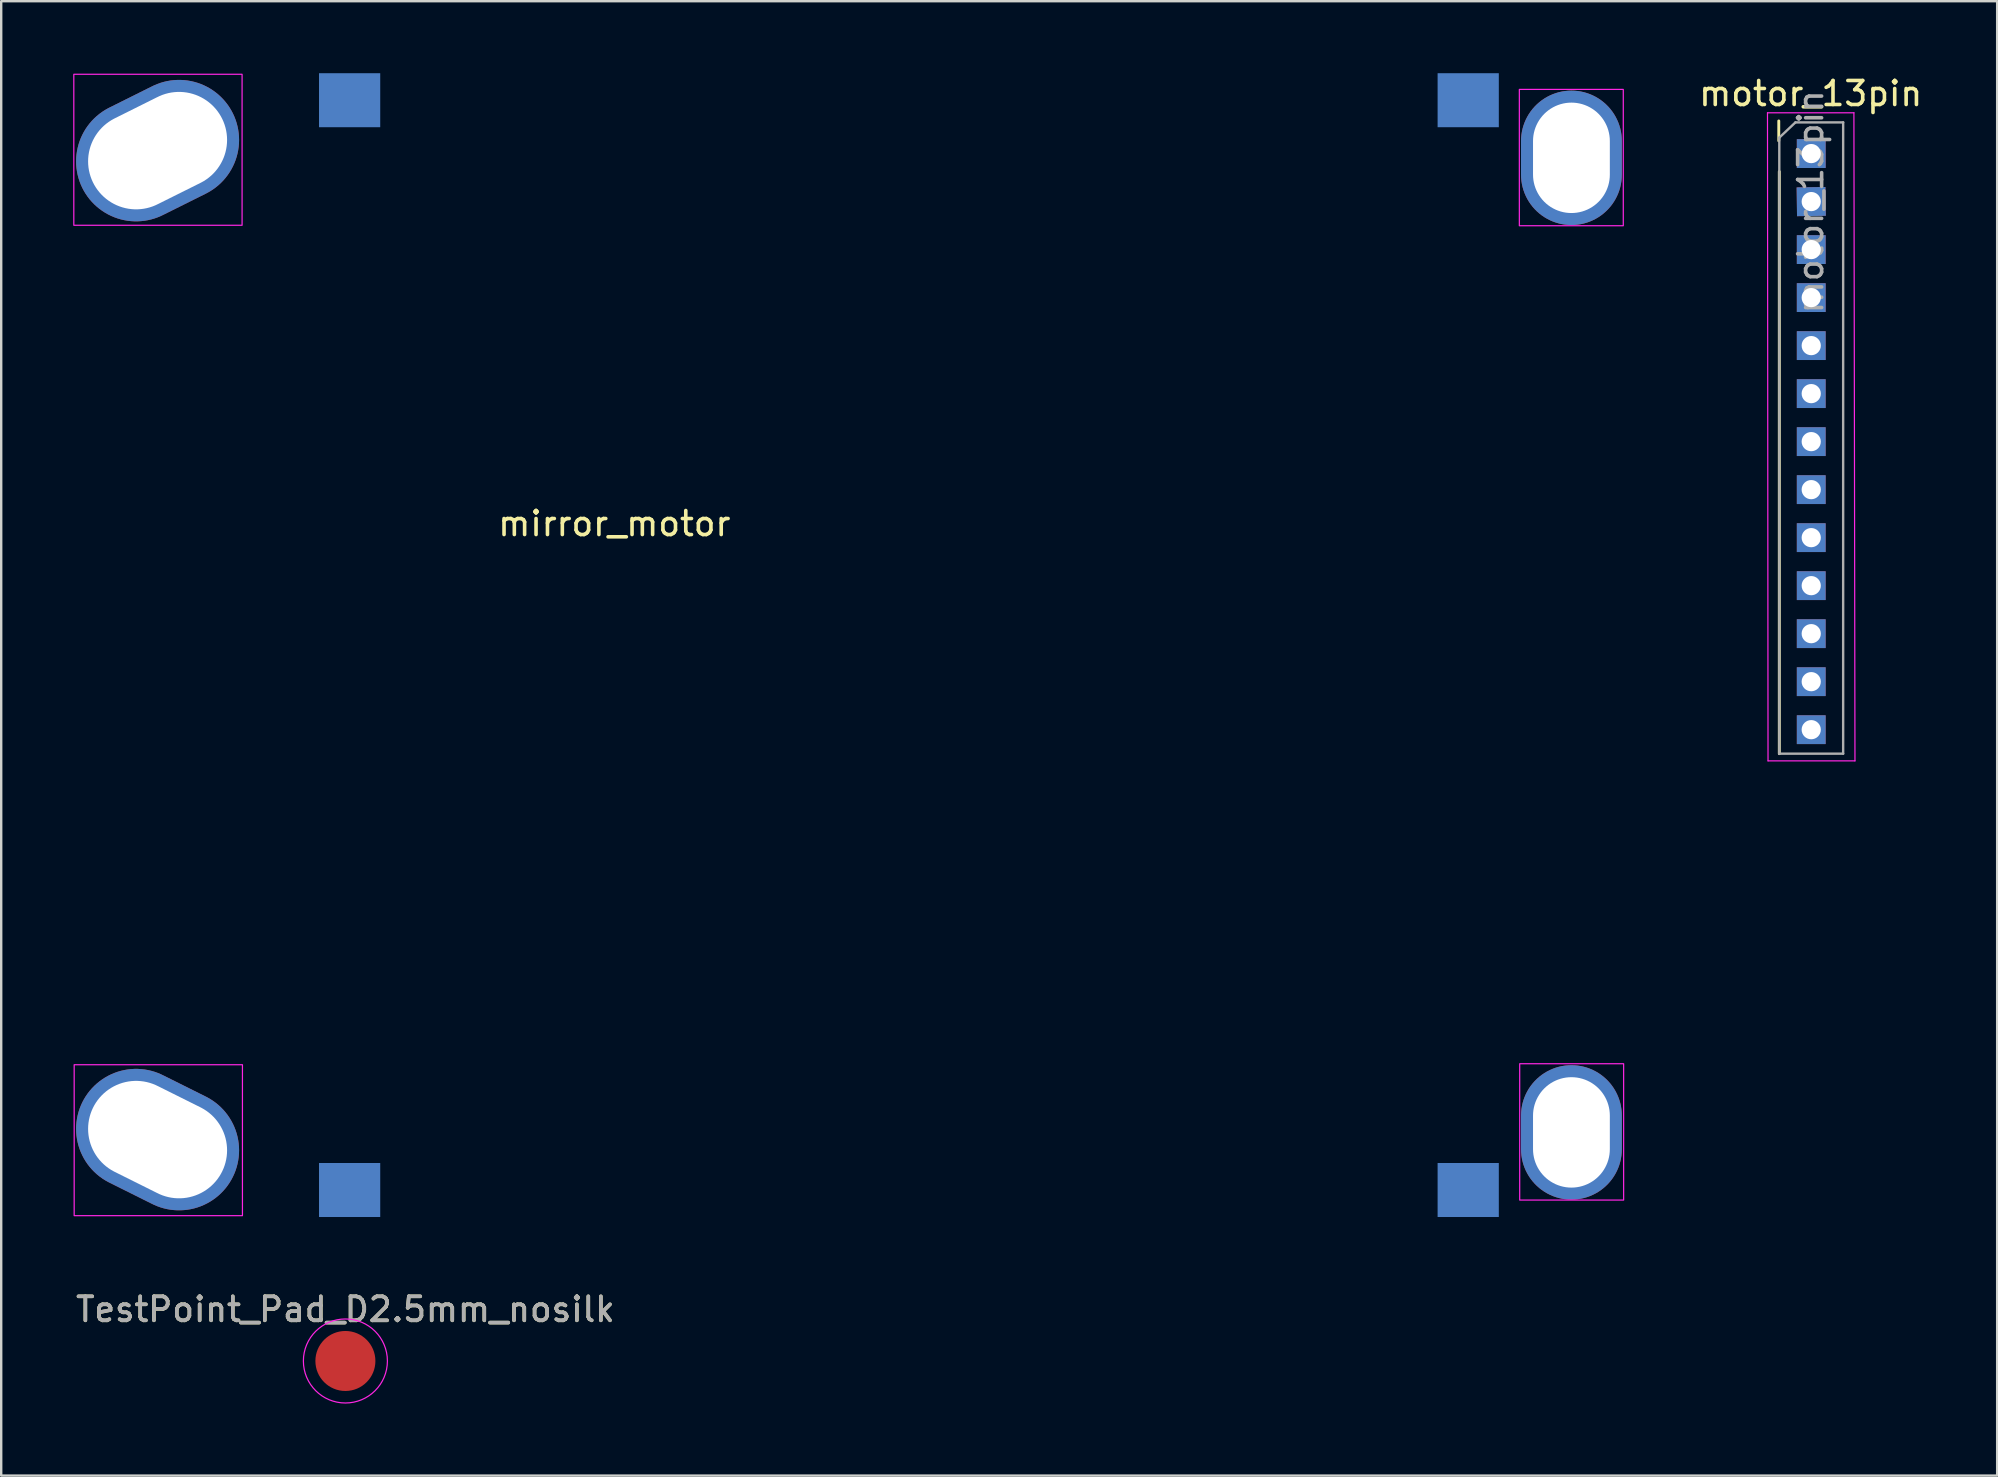
<source format=kicad_pcb>
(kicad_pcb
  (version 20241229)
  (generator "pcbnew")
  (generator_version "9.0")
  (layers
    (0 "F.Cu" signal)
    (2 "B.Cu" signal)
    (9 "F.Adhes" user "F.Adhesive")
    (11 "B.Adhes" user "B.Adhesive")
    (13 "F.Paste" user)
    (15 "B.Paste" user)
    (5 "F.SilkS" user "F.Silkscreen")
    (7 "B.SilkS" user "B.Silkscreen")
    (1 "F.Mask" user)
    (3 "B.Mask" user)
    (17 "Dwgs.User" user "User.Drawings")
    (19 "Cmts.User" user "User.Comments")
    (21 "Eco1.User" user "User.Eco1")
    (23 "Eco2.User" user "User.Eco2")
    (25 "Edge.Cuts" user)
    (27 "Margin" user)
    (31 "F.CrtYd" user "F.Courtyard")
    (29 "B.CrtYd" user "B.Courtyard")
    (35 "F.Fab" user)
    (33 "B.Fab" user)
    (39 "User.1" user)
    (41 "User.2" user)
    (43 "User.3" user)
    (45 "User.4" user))
  (footprint "mirror_motor"
    (layer "F.Cu")
    (at 22.615 23.825)
    (property "Reference" "mirror_motor" (at -0.072 -5.062 0) (layer "F.SilkS") (effects (font (size 1 1) (thickness 0.15))))
    (attr through_hole)
    (fp_rect (start -22.59 -23.78) (end -15.58 -17.49) (stroke (width 0.05) (type default)) (fill no) (layer "F.CrtYd"))
    (fp_rect (start -22.575 17.48) (end -15.565 23.77) (stroke (width 0.05) (type default)) (fill no) (layer "F.CrtYd"))
    (fp_rect (start 37.63 -23.15) (end 41.96 -17.47) (stroke (width 0.05) (type default)) (fill no) (layer "F.CrtYd"))
    (fp_rect (start 37.645 17.44) (end 41.975 23.12) (stroke (width 0.05) (type default)) (fill no) (layer "F.CrtYd"))
    (pad "1" thru_hole oval (at -19.1 -20.6 116.5) (size 5 7) (drill oval 4 6) (layers "*.Cu" "*.Mask"))
    (pad "1" thru_hole oval (at -19.1 20.6 63.5) (size 5 7) (drill oval 4 6) (layers "*.Cu" "*.Mask"))
    (pad "1" smd rect (at -11.1 -22.7) (size 2.55 2.25) (layers "B.Cu" "B.Mask"))
    (pad "1" smd rect (at -11.1 22.7) (size 2.55 2.25) (layers "B.Cu" "B.Mask"))
    (pad "1" smd rect (at 35.5 -22.7) (size 2.55 2.25) (layers "B.Cu" "B.Mask"))
    (pad "1" smd rect (at 35.5 22.7) (size 2.55 2.25) (layers "B.Cu" "B.Mask"))
    (pad "1" thru_hole oval (at 39.8 -20.3) (size 4.2 5.6) (drill oval 3.2 4.6) (layers "*.Cu" "*.Mask"))
    (pad "1" thru_hole oval (at 39.8 20.3) (size 4.2 5.6) (drill oval 3.2 4.6) (layers "*.Cu" "*.Mask")))
  (footprint "TestPoint_Pad_D2.5mm_nosilk"
    (layer "F.Cu")
    (at 11.339 53.648)
    (property "Reference" "TestPoint_Pad_D2.5mm_nosilk" (at 0 -2.148 0) (layer "F.SilkS") (effects (font (size 1 1) (thickness 0.15))))
    (attr exclude_from_pos_files exclude_from_bom)
    (fp_circle (center 0 0) (end 1.75 0) (stroke (width 0.05) (type solid)) (fill no) (layer "F.CrtYd"))
    (fp_text user "${REFERENCE}" (at 0 -2.15 0) (layer "F.Fab") (effects (font (size 1 1) (thickness 0.15))))
    (pad "1" smd circle (at 0 0) (size 2.5 2.5) (layers "F.Cu" "F.Mask")))
  (footprint "motor_13pin"
    (layer "F.Cu")
    (at 72.405 5.348)
    (property "Reference" "motor_13pin" (at -0.022 -4.5 0) (layer "F.SilkS") (effects (font (size 1 1) (thickness 0.15))))
    (attr smd)
    (fp_line (start -1.352 -2.532) (end -1.352 -3.36) (stroke (width 0.12) (type solid)) (layer "F.SilkS"))
    (fp_line (start -1.33 -1.25) (end -1.33 23) (stroke (width 0.12) (type solid)) (layer "F.SilkS"))
    (fp_line (start -1.822 -3.7) (end -1.8 23.3) (stroke (width 0.05) (type solid)) (layer "F.CrtYd"))
    (fp_line (start -1.8 23.3) (end 1.822 23.3) (stroke (width 0.05) (type solid)) (layer "F.CrtYd"))
    (fp_line (start 1.778 -3.7) (end -1.822 -3.7) (stroke (width 0.05) (type solid)) (layer "F.CrtYd"))
    (fp_line (start 1.822 23.3) (end 1.778 -3.7) (stroke (width 0.05) (type solid)) (layer "F.CrtYd"))
    (fp_line (start -1.33 -2.665) (end -0.657 -3.3) (stroke (width 0.1) (type solid)) (layer "F.Fab"))
    (fp_line (start -1.33 23) (end -1.33 -2.665) (stroke (width 0.1) (type solid)) (layer "F.Fab"))
    (fp_line (start -0.657 -3.3) (end 1.33 -3.3) (stroke (width 0.1) (type solid)) (layer "F.Fab"))
    (fp_line (start 1.33 -3.3) (end 1.33 23) (stroke (width 0.1) (type solid)) (layer "F.Fab"))
    (fp_line (start 1.33 23) (end -1.33 23) (stroke (width 0.1) (type solid)) (layer "F.Fab"))
    (fp_text user "${REFERENCE}" (at -0.022 0.008 90) (layer "F.Fab") (effects (font (size 1 1) (thickness 0.15))))
    (pad "1" thru_hole rect (at 0 -2) (size 1.2 1.2) (drill 0.8) (layers "*.Cu" "*.Mask"))
    (pad "2" thru_hole rect (at 0 0 0.8) (size 1.2 1.2) (drill 0.8) (layers "*.Cu" "*.Mask"))
    (pad "3" thru_hole rect (at 0 2) (size 1.2 1.2) (drill 0.8) (layers "*.Cu" "*.Mask"))
    (pad "4" thru_hole rect (at 0 4) (size 1.2 1.2) (drill 0.8) (layers "*.Cu" "*.Mask"))
    (pad "5" thru_hole rect (at 0 6) (size 1.2 1.2) (drill 0.8) (layers "*.Cu" "*.Mask"))
    (pad "6" thru_hole rect (at 0 8) (size 1.2 1.2) (drill 0.8) (layers "*.Cu" "*.Mask"))
    (pad "7" thru_hole rect (at 0 10 90) (size 1.2 1.2) (drill 0.8) (layers "*.Cu" "*.Mask"))
    (pad "8" thru_hole rect (at 0 12 90) (size 1.2 1.2) (drill 0.8) (layers "*.Cu" "*.Mask"))
    (pad "9" thru_hole rect (at 0 14 90) (size 1.2 1.2) (drill 0.8) (layers "*.Cu" "*.Mask"))
    (pad "10" thru_hole rect (at 0 16 90) (size 1.2 1.2) (drill 0.8) (layers "*.Cu" "*.Mask"))
    (pad "11" thru_hole rect (at 0 18 90) (size 1.2 1.2) (drill 0.8) (layers "*.Cu" "*.Mask"))
    (pad "12" thru_hole rect (at 0 20 90) (size 1.2 1.2) (drill 0.8) (layers "*.Cu" "*.Mask"))
    (pad "13" thru_hole rect (at 0 22 90) (size 1.2 1.2) (drill 0.8) (layers "*.Cu" "*.Mask")))
  (gr_rect
    (start -3 -3)
    (end 80.151 58.423)
    (stroke (width 0.1) (type default))
    (fill no)
    (layer "Edge.Cuts")))
</source>
